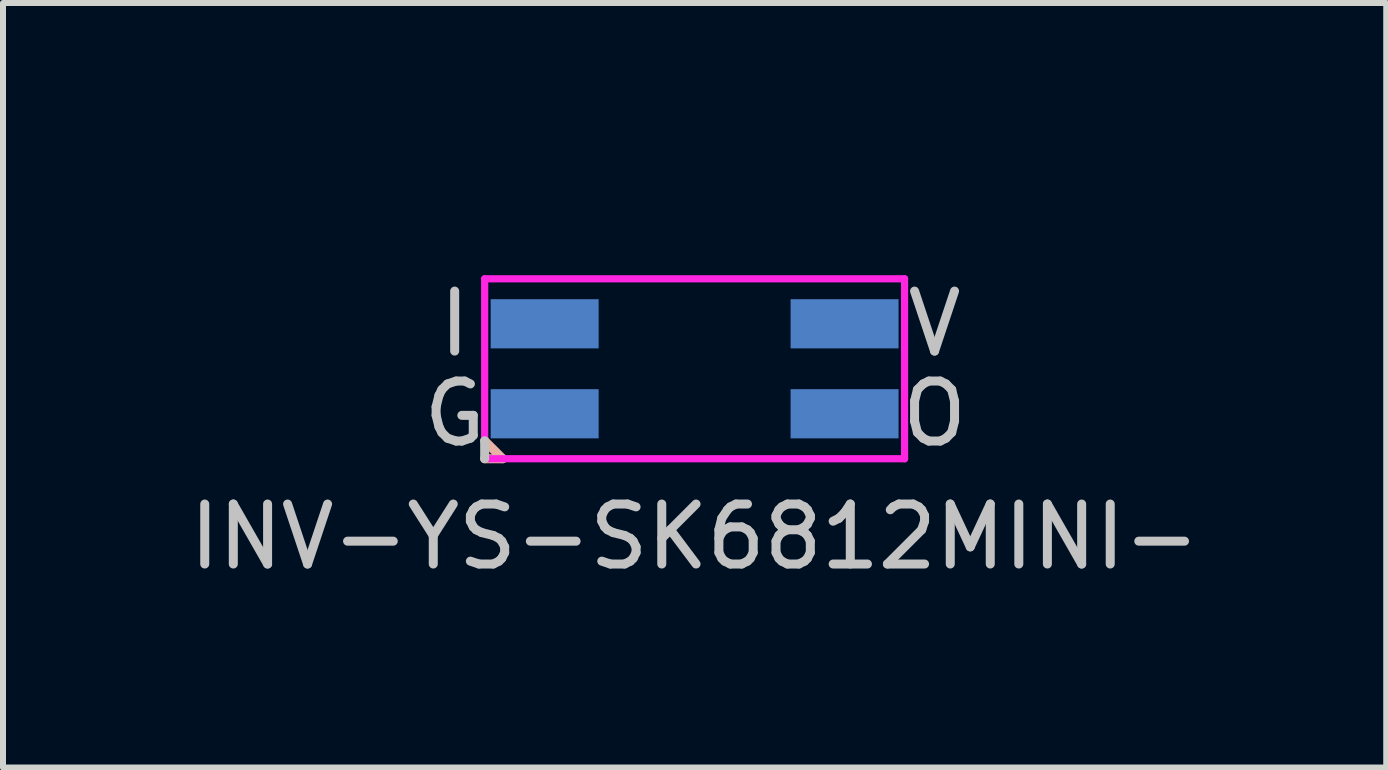
<source format=kicad_pcb>
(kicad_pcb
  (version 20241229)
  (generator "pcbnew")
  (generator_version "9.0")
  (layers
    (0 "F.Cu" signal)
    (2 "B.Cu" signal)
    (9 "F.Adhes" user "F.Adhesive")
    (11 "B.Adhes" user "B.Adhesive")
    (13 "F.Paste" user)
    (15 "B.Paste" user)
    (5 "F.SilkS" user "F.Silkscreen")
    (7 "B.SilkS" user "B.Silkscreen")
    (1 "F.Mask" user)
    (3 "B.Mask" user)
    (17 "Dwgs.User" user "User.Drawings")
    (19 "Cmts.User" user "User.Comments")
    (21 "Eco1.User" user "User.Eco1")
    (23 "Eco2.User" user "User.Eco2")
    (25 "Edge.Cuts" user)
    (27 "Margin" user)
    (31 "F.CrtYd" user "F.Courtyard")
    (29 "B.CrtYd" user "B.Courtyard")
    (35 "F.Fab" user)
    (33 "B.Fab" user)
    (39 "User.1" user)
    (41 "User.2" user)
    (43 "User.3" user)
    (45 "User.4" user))
  (footprint "INV-YS-SK6812MINI-"
    (layer "F.Cu")
    (at 8.53 3.098)
    (property "Reference" "INV-YS-SK6812MINI-" (at 0 2.8 0) (layer "Dwgs.User") (effects (font (size 1 1) (thickness 0.15))))
    (attr through_hole)
    (fp_line (start -3.5 1.2) (end -3.2 1.5) (stroke (width 0.15) (type solid)) (layer "B.SilkS"))
    (fp_line (start -3.2 1.5) (end -3.5 1.5) (stroke (width 0.15) (type solid)) (layer "B.SilkS"))
    (fp_line (start -3.5 1.5) (end -3.5 1.2) (stroke (width 0.15) (type solid)) (layer "Dwgs.User"))
    (fp_line (start -1.7 -1.5) (end -1.7 1.5) (stroke (width 0.12) (type solid)) (layer "Eco1.User"))
    (fp_line (start -1.7 1.5) (end 1.7 1.5) (stroke (width 0.12) (type solid)) (layer "Eco1.User"))
    (fp_line (start 1.7 -1.5) (end -1.7 -1.5) (stroke (width 0.12) (type solid)) (layer "Eco1.User"))
    (fp_line (start 1.7 1.5) (end 1.7 -1.5) (stroke (width 0.12) (type solid)) (layer "Eco1.User"))
    (fp_line (start -3.5 -1.5) (end -3.5 1.5) (stroke (width 0.12) (type solid)) (layer "F.CrtYd"))
    (fp_line (start -3.5 1.5) (end 3.5 1.5) (stroke (width 0.12) (type solid)) (layer "F.CrtYd"))
    (fp_line (start 3.5 -1.5) (end -3.5 -1.5) (stroke (width 0.12) (type solid)) (layer "F.CrtYd"))
    (fp_line (start 3.5 1.5) (end 3.5 -1.5) (stroke (width 0.12) (type solid)) (layer "F.CrtYd"))
    (fp_text user "I" (at -4 -0.75 0) (layer "Dwgs.User") (effects (font (size 1 1) (thickness 0.15))))
    (fp_text user "G" (at -4 0.75 0) (layer "Dwgs.User") (effects (font (size 1 1) (thickness 0.15))))
    (fp_text user "V" (at 4 -0.75 0) (layer "Dwgs.User") (effects (font (size 1 1) (thickness 0.15))))
    (fp_text user "O" (at 4 0.75 0) (layer "Dwgs.User") (effects (font (size 1 1) (thickness 0.15))))
    (fp_text user "Bottom Side" (at 0 -2.25 0) (layer "Eco1.User") (effects (font (size 1 1) (thickness 0.15))))
    (fp_text user "Up Side" (at 0 -2.25 0) (layer "Eco1.User") (effects (font (size 1 1) (thickness 0.15)) (justify mirror)))
    (pad "1" smd rect (at 2.5 -0.75) (size 1.8 0.82) (layers "B.Cu" "B.Mask" "B.Paste"))
    (pad "2" smd rect (at 2.5 0.75) (size 1.8 0.82) (layers "B.Cu" "B.Mask" "B.Paste"))
    (pad "3" smd rect (at -2.5 0.75) (size 1.8 0.82) (layers "B.Cu" "B.Mask" "B.Paste"))
    (pad "4" smd rect (at -2.5 -0.75) (size 1.8 0.82) (layers "B.Cu" "B.Mask" "B.Paste")))
  (gr_rect
    (start -3 -3)
    (end 20.06 9.746)
    (stroke (width 0.1) (type default))
    (fill no)
    (layer "Edge.Cuts")))
</source>
